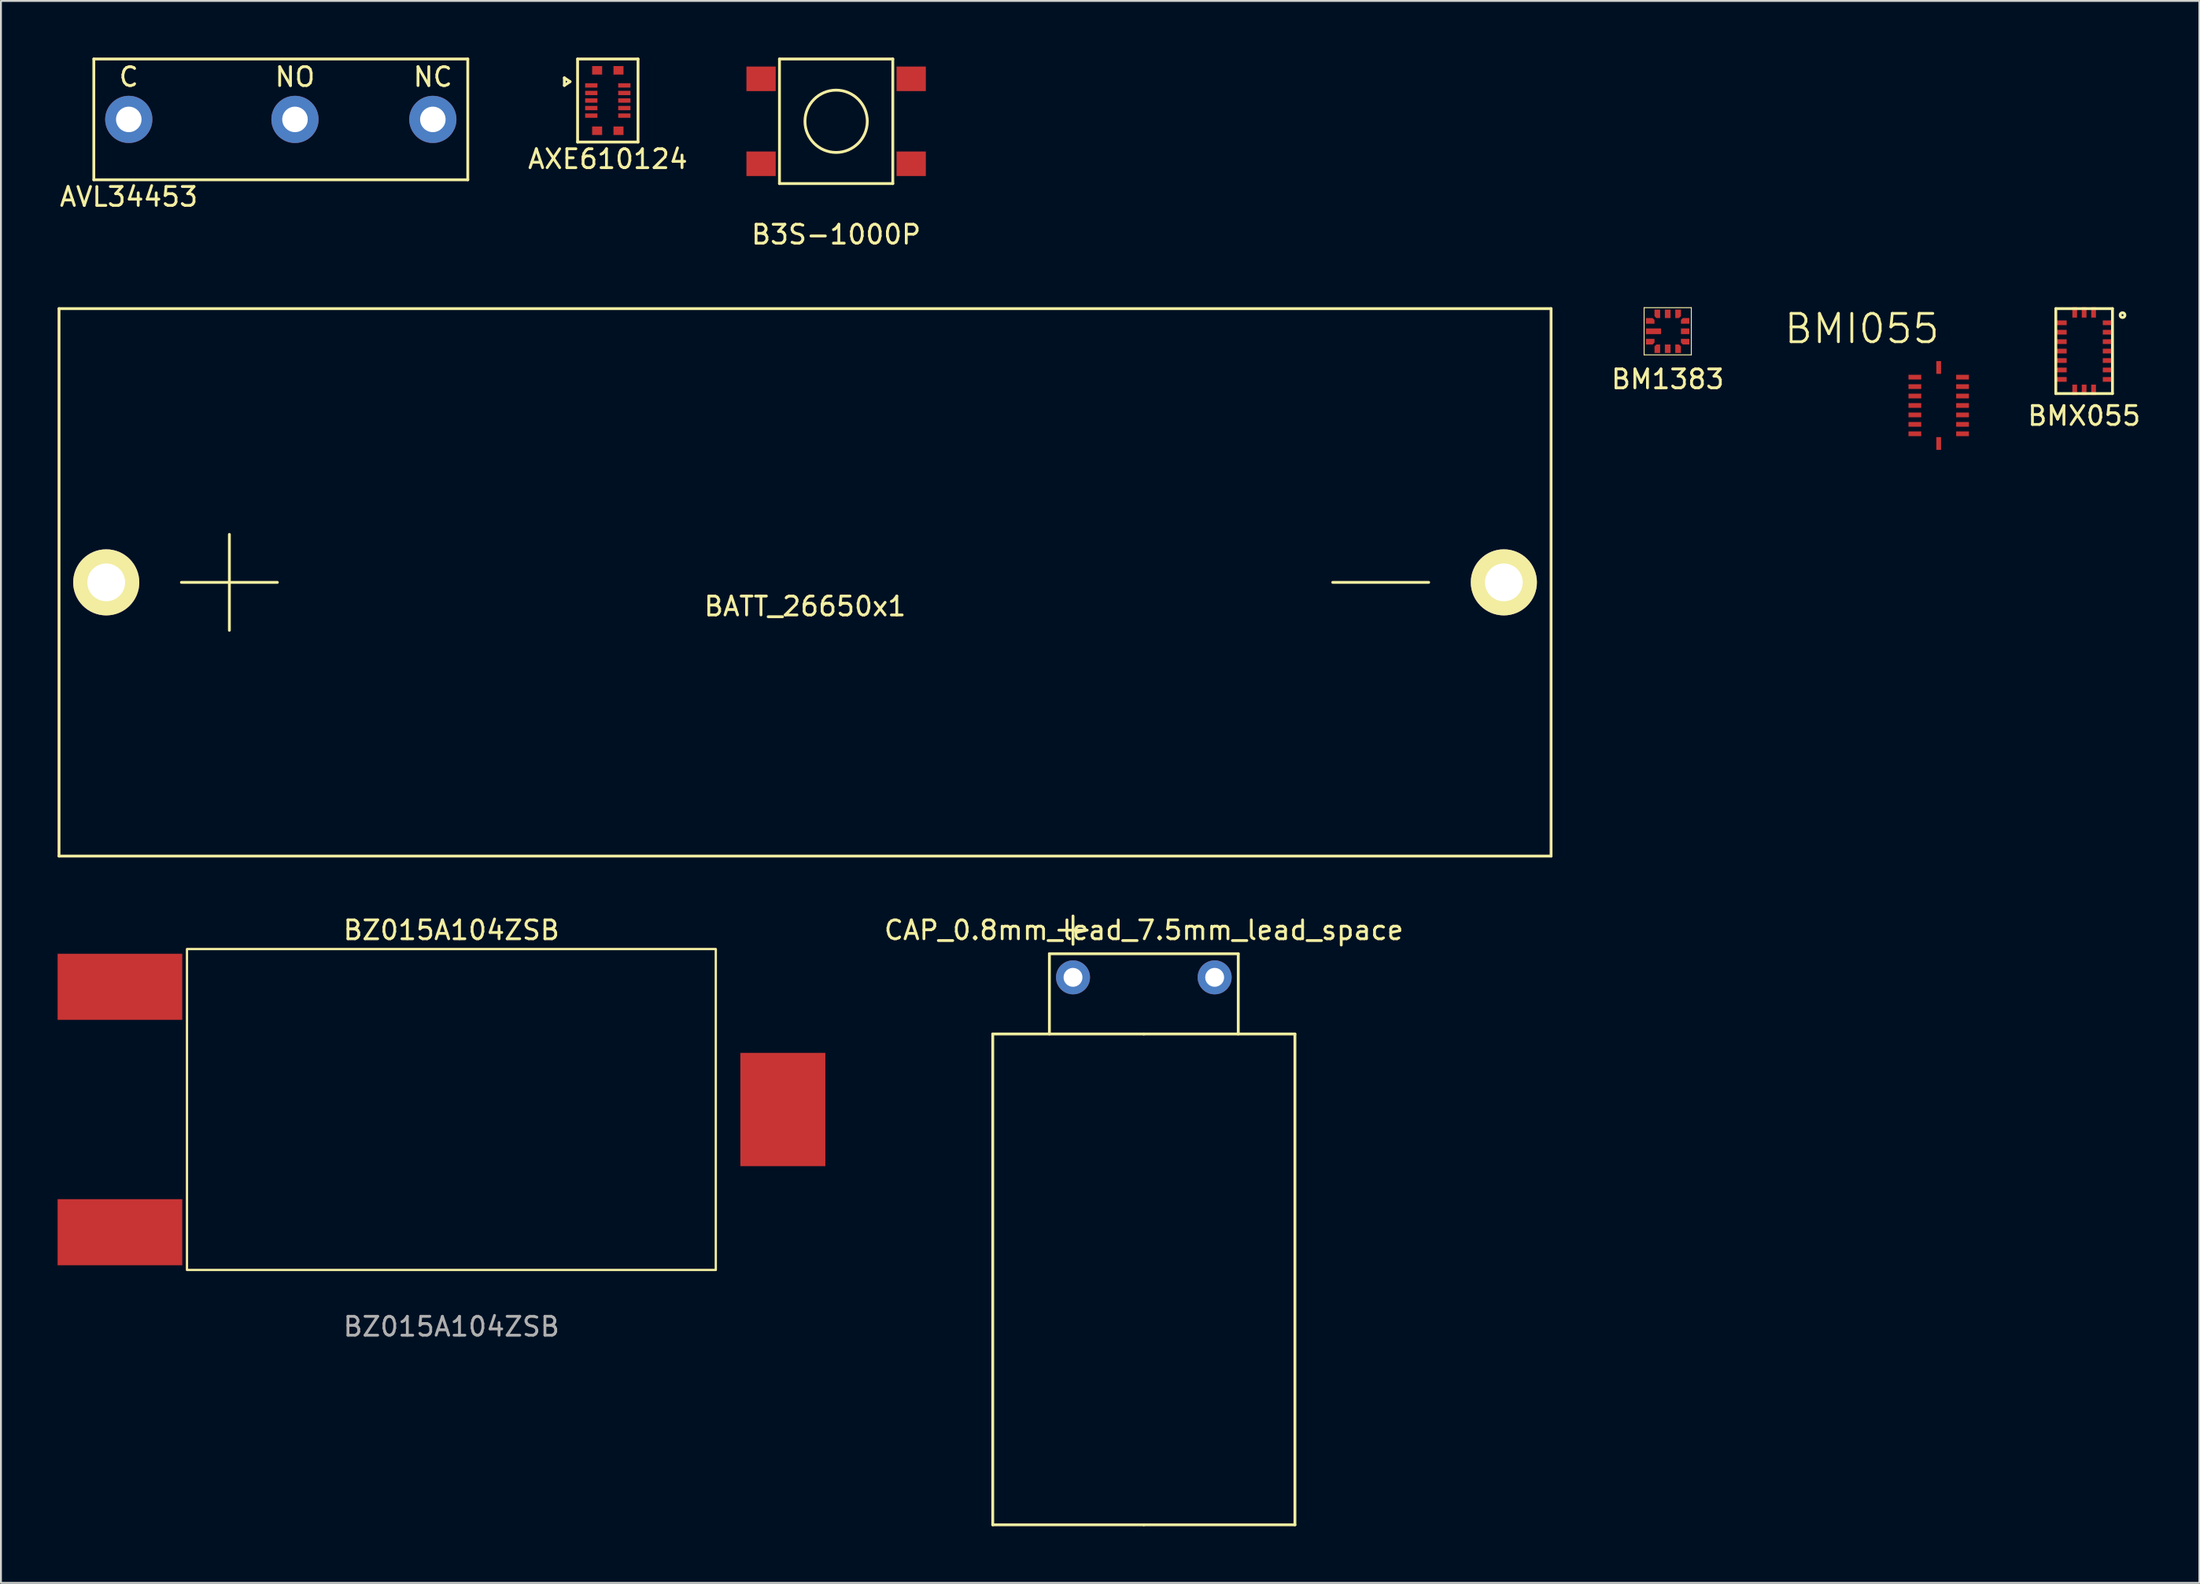
<source format=kicad_pcb>
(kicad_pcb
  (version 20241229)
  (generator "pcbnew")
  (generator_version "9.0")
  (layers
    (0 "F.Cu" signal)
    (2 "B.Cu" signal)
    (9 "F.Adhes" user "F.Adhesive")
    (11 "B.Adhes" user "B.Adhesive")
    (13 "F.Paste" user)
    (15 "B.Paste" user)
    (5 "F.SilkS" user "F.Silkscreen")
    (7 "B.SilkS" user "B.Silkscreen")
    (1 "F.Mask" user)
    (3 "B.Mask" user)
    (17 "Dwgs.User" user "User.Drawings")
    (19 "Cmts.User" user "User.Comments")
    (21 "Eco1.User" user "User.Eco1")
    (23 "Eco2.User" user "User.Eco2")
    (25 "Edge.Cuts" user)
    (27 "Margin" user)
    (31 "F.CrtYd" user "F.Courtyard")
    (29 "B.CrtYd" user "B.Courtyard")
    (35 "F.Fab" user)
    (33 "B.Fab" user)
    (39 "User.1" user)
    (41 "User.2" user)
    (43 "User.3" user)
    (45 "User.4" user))
  (footprint "AVL34453"
    (layer "F.Cu")
    (at 3.768 3.275)
    (property "Reference" "AVL34453" (at 0 4.1 0) (layer "F.SilkS") (effects (font (size 1 1) (thickness 0.15))))
    (attr through_hole)
    (fp_line (start -1.85 -3.2) (end 17.95 -3.2) (stroke (width 0.15) (type solid)) (layer "F.SilkS"))
    (fp_line (start -1.85 3.2) (end -1.85 -3.2) (stroke (width 0.15) (type solid)) (layer "F.SilkS"))
    (fp_line (start 17.95 3.2) (end -1.85 3.2) (stroke (width 0.15) (type solid)) (layer "F.SilkS"))
    (fp_line (start 17.95 3.2) (end 17.95 -3.2) (stroke (width 0.15) (type solid)) (layer "F.SilkS"))
    (fp_text user "NO" (at 8.8 -2.25 0) (layer "F.SilkS") (effects (font (size 1 1) (thickness 0.15))))
    (fp_text user "NC" (at 16.1 -2.25 0) (layer "F.SilkS") (effects (font (size 1 1) (thickness 0.15))))
    (fp_text user "C" (at 0 -2.25 0) (layer "F.SilkS") (effects (font (size 1 1) (thickness 0.15))))
    (pad "C" thru_hole circle (at 0 0) (size 2.5 2.5) (drill 1.35) (layers "*.Cu" "*.Mask"))
    (pad "NC" thru_hole circle (at 16.1 0) (size 2.5 2.5) (drill 1.35) (layers "*.Cu" "*.Mask"))
    (pad "NO" thru_hole circle (at 8.8 0) (size 2.5 2.5) (drill 1.35) (layers "*.Cu" "*.Mask")))
  (footprint "BMI055"
    (layer "F.Cu")
    (at 99.599 18.428)
    (property "Reference" "BMI055" (at -4.064 -4.064 0) (layer "F.SilkS") (effects (font (size 1.5 1.5) (thickness 0.15))))
    (attr through_hole)
    (pad "1" smd rect (at 1.262 -1.5) (size 0.675 0.25) (layers "F.Cu" "F.Mask" "F.Paste"))
    (pad "2" smd rect (at 1.262 -1) (size 0.675 0.25) (layers "F.Cu" "F.Mask" "F.Paste"))
    (pad "3" smd rect (at 1.262 -0.5) (size 0.675 0.25) (layers "F.Cu" "F.Mask" "F.Paste"))
    (pad "4" smd rect (at 1.262 0) (size 0.675 0.25) (layers "F.Cu" "F.Mask" "F.Paste"))
    (pad "5" smd rect (at 1.262 0.5) (size 0.675 0.25) (layers "F.Cu" "F.Mask" "F.Paste"))
    (pad "6" smd rect (at 1.262 1) (size 0.675 0.25) (layers "F.Cu" "F.Mask" "F.Paste"))
    (pad "7" smd rect (at 1.262 1.5) (size 0.675 0.25) (layers "F.Cu" "F.Mask" "F.Paste"))
    (pad "8" smd rect (at 0 2.013) (size 0.25 0.675) (layers "F.Cu" "F.Mask" "F.Paste"))
    (pad "9" smd rect (at -1.262 1.5) (size 0.675 0.25) (layers "F.Cu" "F.Mask" "F.Paste"))
    (pad "10" smd rect (at -1.262 1) (size 0.675 0.25) (layers "F.Cu" "F.Mask" "F.Paste"))
    (pad "11" smd rect (at -1.262 0.5) (size 0.675 0.25) (layers "F.Cu" "F.Mask" "F.Paste"))
    (pad "12" smd rect (at -1.262 0) (size 0.675 0.25) (layers "F.Cu" "F.Mask" "F.Paste"))
    (pad "13" smd rect (at -1.262 -0.5) (size 0.675 0.25) (layers "F.Cu" "F.Mask" "F.Paste"))
    (pad "14" smd rect (at -1.262 -1) (size 0.675 0.25) (layers "F.Cu" "F.Mask" "F.Paste"))
    (pad "15" smd rect (at -1.262 -1.5) (size 0.675 0.25) (layers "F.Cu" "F.Mask" "F.Paste"))
    (pad "16" smd rect (at 0 -2.013) (size 0.25 0.675) (layers "F.Cu" "F.Mask" "F.Paste")))
  (footprint "BMX055"
    (layer "F.Cu")
    (at 107.3 15.548)
    (property "Reference" "BMX055" (at 0 3.429 0) (layer "F.SilkS") (effects (font (size 1 1) (thickness 0.15))))
    (attr through_hole)
    (fp_line (start -1.5 -2.25) (end 1.5 -2.25) (stroke (width 0.15) (type solid)) (layer "F.SilkS"))
    (fp_line (start -1.5 2.25) (end -1.5 -2.25) (stroke (width 0.15) (type solid)) (layer "F.SilkS"))
    (fp_line (start 1.5 -2.25) (end 1.5 2.25) (stroke (width 0.15) (type solid)) (layer "F.SilkS"))
    (fp_line (start 1.5 2.25) (end -1.5 2.25) (stroke (width 0.15) (type solid)) (layer "F.SilkS"))
    (fp_circle (center 2.032 -1.905) (end 2.159 -1.905) (stroke (width 0.15) (type solid)) (fill no) (layer "F.SilkS"))
    (pad "1" smd rect (at 1.262 -1.5) (size 0.55 0.25) (layers "F.Cu" "F.Mask" "F.Paste"))
    (pad "2" smd rect (at 1.262 -1) (size 0.55 0.25) (layers "F.Cu" "F.Mask" "F.Paste"))
    (pad "3" smd rect (at 1.262 -0.5) (size 0.55 0.25) (layers "F.Cu" "F.Mask" "F.Paste"))
    (pad "4" smd rect (at 1.262 0) (size 0.55 0.25) (layers "F.Cu" "F.Mask" "F.Paste"))
    (pad "5" smd rect (at 1.262 0.5) (size 0.55 0.25) (layers "F.Cu" "F.Mask" "F.Paste"))
    (pad "6" smd rect (at 1.262 1) (size 0.55 0.25) (layers "F.Cu" "F.Mask" "F.Paste"))
    (pad "7" smd rect (at 1.262 1.5) (size 0.55 0.25) (layers "F.Cu" "F.Mask" "F.Paste"))
    (pad "8" smd rect (at 0.5 2.05) (size 0.25 0.55) (layers "F.Cu" "F.Mask" "F.Paste"))
    (pad "9" smd rect (at 0 2.05) (size 0.25 0.55) (layers "F.Cu" "F.Mask" "F.Paste"))
    (pad "10" smd rect (at -0.5 2.05) (size 0.25 0.55) (layers "F.Cu" "F.Mask" "F.Paste"))
    (pad "11" smd rect (at -1.2 1.5) (size 0.55 0.25) (layers "F.Cu" "F.Mask" "F.Paste"))
    (pad "12" smd rect (at -1.2 1) (size 0.55 0.25) (layers "F.Cu" "F.Mask" "F.Paste"))
    (pad "13" smd rect (at -1.2 0.5) (size 0.55 0.25) (layers "F.Cu" "F.Mask" "F.Paste"))
    (pad "14" smd rect (at -1.2 0) (size 0.55 0.25) (layers "F.Cu" "F.Mask" "F.Paste"))
    (pad "15" smd rect (at -1.2 -0.5) (size 0.55 0.25) (layers "F.Cu" "F.Mask" "F.Paste"))
    (pad "16" smd rect (at -1.2 -1) (size 0.55 0.25) (layers "F.Cu" "F.Mask" "F.Paste"))
    (pad "17" smd rect (at -1.2 -1.5) (size 0.55 0.25) (layers "F.Cu" "F.Mask" "F.Paste"))
    (pad "18" smd rect (at -0.5 -2.05) (size 0.25 0.55) (layers "F.Cu" "F.Mask" "F.Paste"))
    (pad "19" smd rect (at 0 -2.05) (size 0.25 0.55) (layers "F.Cu" "F.Mask" "F.Paste"))
    (pad "20" smd rect (at 0.5 -2.05) (size 0.25 0.55) (layers "F.Cu" "F.Mask" "F.Paste")))
  (footprint "BZ015A104ZSB"
    (layer "F.Cu")
    (at 20.85 55.721)
    (property "Reference" "BZ015A104ZSB" (at 0 -9.5 0) (unlocked yes) (layer "F.SilkS") (effects (font (size 1 1) (thickness 0.15))))
    (fp_rect (start 14 -8.5) (end -14 8.5) (stroke (width 0.12) (type solid)) (fill no) (layer "F.SilkS"))
    (fp_text user "${REFERENCE}" (at 0 11.5 0) (unlocked yes) (layer "F.Fab") (effects (font (size 1 1) (thickness 0.15))))
    (pad "1" smd rect (at 17.55 0) (size 4.5 6) (layers "F.Cu" "F.Mask" "F.Paste"))
    (pad "2" smd rect (at -17.55 -6.5) (size 6.6 3.5) (layers "F.Cu" "F.Mask" "F.Paste"))
    (pad "2" smd rect (at -17.55 6.5) (size 6.6 3.5) (layers "F.Cu" "F.Mask" "F.Paste")))
  (footprint "BM1383"
    (layer "F.Cu")
    (at 85.251 14.498)
    (property "Reference" "BM1383" (at 0 2.54 0) (layer "F.SilkS") (effects (font (size 1 1) (thickness 0.15))))
    (fp_line (start -1.25 -1.25) (end 1.25 -1.25) (stroke (width 0.05) (type solid)) (layer "F.SilkS"))
    (fp_line (start -1.25 1.25) (end -1.25 -1.25) (stroke (width 0.05) (type solid)) (layer "F.SilkS"))
    (fp_line (start 1.25 -1.25) (end 1.25 1.25) (stroke (width 0.05) (type solid)) (layer "F.SilkS"))
    (fp_line (start 1.25 1.25) (end -1.25 1.25) (stroke (width 0.05) (type solid)) (layer "F.SilkS"))
    (pad "1" smd rect (at -0.75 0) (size 0.8 0.3) (layers "F.Cu" "F.Mask" "F.Paste"))
    (pad "2" smd custom (at -0.925 -0.55 180) (size 0.2 0.2) (layers "F.Cu" "F.Mask" "F.Paste") (options (anchor rect)) (primitives (gr_poly (pts (xy 0.225 0.15) (xy 0.225 -0.15) (xy -0.225 -0.15) (xy -0.225 0.05) (xy -0.125 0.15)) (width 0) (fill yes))))
    (pad "3" smd custom (at -0.55 -0.925 270) (size 0.2 0.2) (layers "F.Cu" "F.Mask" "F.Paste") (options (anchor rect)) (primitives (gr_poly (pts (xy -0.225 0.15) (xy -0.225 -0.15) (xy 0.225 -0.15) (xy 0.225 0.05) (xy 0.125 0.15)) (width 0) (fill yes))))
    (pad "4" smd custom (at 0 -0.925 270) (size 0.45 0.3) (layers "F.Cu" "F.Mask" "F.Paste") (options (anchor rect)) (primitives))
    (pad "5" smd custom (at 0.55 -0.925 90) (size 0.2 0.2) (layers "F.Cu" "F.Mask" "F.Paste") (options (anchor rect)) (primitives (gr_poly (pts (xy 0.225 0.15) (xy 0.225 -0.15) (xy -0.225 -0.15) (xy -0.225 0.05) (xy -0.125 0.15)) (width 0) (fill yes))))
    (pad "6" smd custom (at 0.925 -0.55 180) (size 0.2 0.2) (layers "F.Cu" "F.Mask" "F.Paste") (options (anchor rect)) (primitives (gr_poly (pts (xy -0.225 0.15) (xy -0.225 -0.15) (xy 0.225 -0.15) (xy 0.225 0.05) (xy 0.125 0.15)) (width 0) (fill yes))))
    (pad "7" smd custom (at 0.925 0) (size 0.45 0.3) (layers "F.Cu" "F.Mask" "F.Paste") (options (anchor rect)) (primitives))
    (pad "8" smd custom (at 0.925 0.55) (size 0.2 0.2) (layers "F.Cu" "F.Mask" "F.Paste") (options (anchor rect)) (primitives (gr_poly (pts (xy 0.225 0.15) (xy 0.225 -0.15) (xy -0.225 -0.15) (xy -0.225 0.05) (xy -0.125 0.15)) (width 0) (fill yes))))
    (pad "9" smd custom (at 0.55 0.925 90) (size 0.2 0.2) (layers "F.Cu" "F.Mask" "F.Paste") (options (anchor rect)) (primitives (gr_poly (pts (xy -0.225 0.15) (xy -0.225 -0.15) (xy 0.225 -0.15) (xy 0.225 0.05) (xy 0.125 0.15)) (width 0) (fill yes))))
    (pad "10" smd custom (at 0 0.925 90) (size 0.45 0.3) (layers "F.Cu" "F.Mask" "F.Paste") (options (anchor rect)) (primitives))
    (pad "11" smd custom (at -0.55 0.925 270) (size 0.2 0.2) (layers "F.Cu" "F.Mask" "F.Paste") (options (anchor rect)) (primitives (gr_poly (pts (xy 0.225 0.15) (xy 0.225 -0.15) (xy -0.225 -0.15) (xy -0.225 0.05) (xy -0.125 0.15)) (width 0) (fill yes))))
    (pad "12" smd custom (at -0.925 0.55) (size 0.3 0.2) (layers "F.Cu" "F.Mask" "F.Paste") (options (anchor rect)) (primitives (gr_poly (pts (xy -0.225 0.15) (xy -0.225 -0.15) (xy 0.225 -0.15) (xy 0.225 0.05) (xy 0.125 0.15)) (width 0) (fill yes)))))
  (footprint "B3S-1000P"
    (layer "F.Cu")
    (at 41.221 3.375)
    (property "Reference" "B3S-1000P" (at 0 6 0) (layer "F.SilkS") (effects (font (size 1 1) (thickness 0.15))))
    (attr through_hole)
    (fp_line (start -3 -3.3) (end 3 -3.3) (stroke (width 0.15) (type solid)) (layer "F.SilkS"))
    (fp_line (start -3 3.3) (end -3 -3.3) (stroke (width 0.15) (type solid)) (layer "F.SilkS"))
    (fp_line (start 3 -3.3) (end 3 3.3) (stroke (width 0.15) (type solid)) (layer "F.SilkS"))
    (fp_line (start 3 3.3) (end -3 3.3) (stroke (width 0.15) (type solid)) (layer "F.SilkS"))
    (fp_circle (center 0 0) (end 0 -1.65) (stroke (width 0.15) (type solid)) (fill no) (layer "F.SilkS"))
    (pad "1" connect rect (at -3.975 2.25) (size 1.55 1.3) (layers "F.Cu" "F.Mask"))
    (pad "1" connect rect (at 3.975 2.25) (size 1.55 1.3) (layers "F.Cu" "F.Mask"))
    (pad "2" connect rect (at -3.975 -2.25) (size 1.55 1.3) (layers "F.Cu" "F.Mask"))
    (pad "2" connect rect (at 3.975 -2.25) (size 1.55 1.3) (layers "F.Cu" "F.Mask")))
  (footprint "CAP_0.8mm_lead_7.5mm_lead_space"
    (layer "F.Cu")
    (at 53.763 48.721)
    (property "Reference" "CAP_0.8mm_lead_7.5mm_lead_space" (at 3.75 -2.5 0) (layer "F.SilkS") (effects (font (size 1 1) (thickness 0.15))))
    (attr through_hole)
    (fp_line (start -4.25 3) (end -4.25 29) (stroke (width 0.15) (type solid)) (layer "F.SilkS"))
    (fp_line (start -4.25 29) (end 3.75 29) (stroke (width 0.15) (type solid)) (layer "F.SilkS"))
    (fp_line (start -1.25 -1.25) (end -1.25 3) (stroke (width 0.15) (type solid)) (layer "F.SilkS"))
    (fp_line (start -1.25 -1.25) (end 8.75 -1.25) (stroke (width 0.15) (type solid)) (layer "F.SilkS"))
    (fp_line (start -0.75 -2.5) (end 0.75 -2.5) (stroke (width 0.15) (type solid)) (layer "F.SilkS"))
    (fp_line (start 0 -3.25) (end 0 -1.75) (stroke (width 0.15) (type solid)) (layer "F.SilkS"))
    (fp_line (start 3.75 3) (end -4.25 3) (stroke (width 0.15) (type solid)) (layer "F.SilkS"))
    (fp_line (start 3.75 3) (end 11.75 3) (stroke (width 0.15) (type solid)) (layer "F.SilkS"))
    (fp_line (start 8.75 -1.25) (end 8.75 3) (stroke (width 0.15) (type solid)) (layer "F.SilkS"))
    (fp_line (start 11.75 3) (end 11.75 29) (stroke (width 0.15) (type solid)) (layer "F.SilkS"))
    (fp_line (start 11.75 29) (end 3.75 29) (stroke (width 0.15) (type solid)) (layer "F.SilkS"))
    (pad "1" thru_hole circle (at 0 0) (size 1.8 1.8) (drill 1) (layers "*.Cu" "*.Mask"))
    (pad "2" thru_hole circle (at 7.5 0) (size 1.8 1.8) (drill 1) (layers "*.Cu" "*.Mask")))
  (footprint "AXE610124"
    (layer "F.Cu")
    (at 29.132 2.275)
    (property "Reference" "AXE610124" (at 0 3.1 0) (layer "F.SilkS") (effects (font (size 1 1) (thickness 0.15))))
    (attr through_hole)
    (fp_line (start -2.3 -1.2) (end -2.3 -0.8) (stroke (width 0.15) (type solid)) (layer "F.SilkS"))
    (fp_line (start -2.3 -0.8) (end -2 -1) (stroke (width 0.15) (type solid)) (layer "F.SilkS"))
    (fp_line (start -2 -1) (end -2.3 -1.2) (stroke (width 0.15) (type solid)) (layer "F.SilkS"))
    (fp_line (start -1.6 -2.2) (end -1.6 2.2) (stroke (width 0.15) (type solid)) (layer "F.SilkS"))
    (fp_line (start -1.6 2.2) (end 1.6 2.2) (stroke (width 0.15) (type solid)) (layer "F.SilkS"))
    (fp_line (start 1.6 -2.2) (end -1.6 -2.2) (stroke (width 0.15) (type solid)) (layer "F.SilkS"))
    (fp_line (start 1.6 2.2) (end 1.6 -2.2) (stroke (width 0.15) (type solid)) (layer "F.SilkS"))
    (pad "1" smd rect (at -0.875 -0.8) (size 0.65 0.23) (layers "F.Cu" "F.Mask" "F.Paste"))
    (pad "2" smd rect (at -0.875 -0.4) (size 0.65 0.23) (layers "F.Cu" "F.Mask" "F.Paste"))
    (pad "3" smd rect (at -0.875 0) (size 0.65 0.23) (layers "F.Cu" "F.Mask" "F.Paste"))
    (pad "4" smd rect (at -0.875 0.4) (size 0.65 0.23) (layers "F.Cu" "F.Mask" "F.Paste"))
    (pad "5" smd rect (at -0.875 0.8) (size 0.65 0.23) (layers "F.Cu" "F.Mask" "F.Paste"))
    (pad "6" smd rect (at 0.875 0.8) (size 0.65 0.23) (layers "F.Cu" "F.Mask" "F.Paste"))
    (pad "7" smd rect (at 0.875 0.4) (size 0.65 0.23) (layers "F.Cu" "F.Mask" "F.Paste"))
    (pad "8" smd rect (at 0.875 0) (size 0.65 0.23) (layers "F.Cu" "F.Mask" "F.Paste"))
    (pad "9" smd rect (at 0.875 -0.4) (size 0.65 0.23) (layers "F.Cu" "F.Mask" "F.Paste"))
    (pad "10" smd rect (at 0.875 -0.8) (size 0.65 0.23) (layers "F.Cu" "F.Mask" "F.Paste"))
    (pad "P1" smd rect (at -0.565 -1.6) (size 0.53 0.45) (layers "F.Cu" "F.Mask" "F.Paste"))
    (pad "P2" smd rect (at 0.565 -1.6) (size 0.53 0.45) (layers "F.Cu" "F.Mask" "F.Paste"))
    (pad "P3" smd rect (at -0.565 1.6) (size 0.53 0.45) (layers "F.Cu" "F.Mask" "F.Paste"))
    (pad "P4" smd rect (at 0.565 1.6) (size 0.53 0.45) (layers "F.Cu" "F.Mask" "F.Paste")))
  (footprint "BATT_26650x1"
    (layer "F.Cu")
    (at 39.575 27.798)
    (property "Reference" "BATT_26650x1" (at 0 1.27 0) (layer "F.SilkS") (effects (font (size 1 1) (thickness 0.15))))
    (attr through_hole)
    (fp_line (start -39.5 -14.5) (end 39.5 -14.5) (stroke (width 0.15) (type solid)) (layer "F.SilkS"))
    (fp_line (start -39.5 14.5) (end -39.5 -14.5) (stroke (width 0.15) (type solid)) (layer "F.SilkS"))
    (fp_line (start -33.02 0) (end -27.94 0) (stroke (width 0.15) (type solid)) (layer "F.SilkS"))
    (fp_line (start -30.48 -2.54) (end -30.48 2.54) (stroke (width 0.15) (type solid)) (layer "F.SilkS"))
    (fp_line (start 27.94 0) (end 33.02 0) (stroke (width 0.15) (type solid)) (layer "F.SilkS"))
    (fp_line (start 39.5 -14.5) (end 39.5 14.5) (stroke (width 0.15) (type solid)) (layer "F.SilkS"))
    (fp_line (start 39.5 14.5) (end -39.5 14.5) (stroke (width 0.15) (type solid)) (layer "F.SilkS"))
    (pad "1" thru_hole circle (at -37 0) (size 3.5 3.5) (drill 2) (layers "*.Cu" "*.Mask" "F.SilkS"))
    (pad "2" thru_hole circle (at 37 0) (size 3.5 3.5) (drill 2) (layers "*.Cu" "*.Mask" "F.SilkS")))
  (gr_rect
    (start -3 -3)
    (end 113.401 80.796)
    (stroke (width 0.1) (type default))
    (fill no)
    (layer "Edge.Cuts")))
</source>
